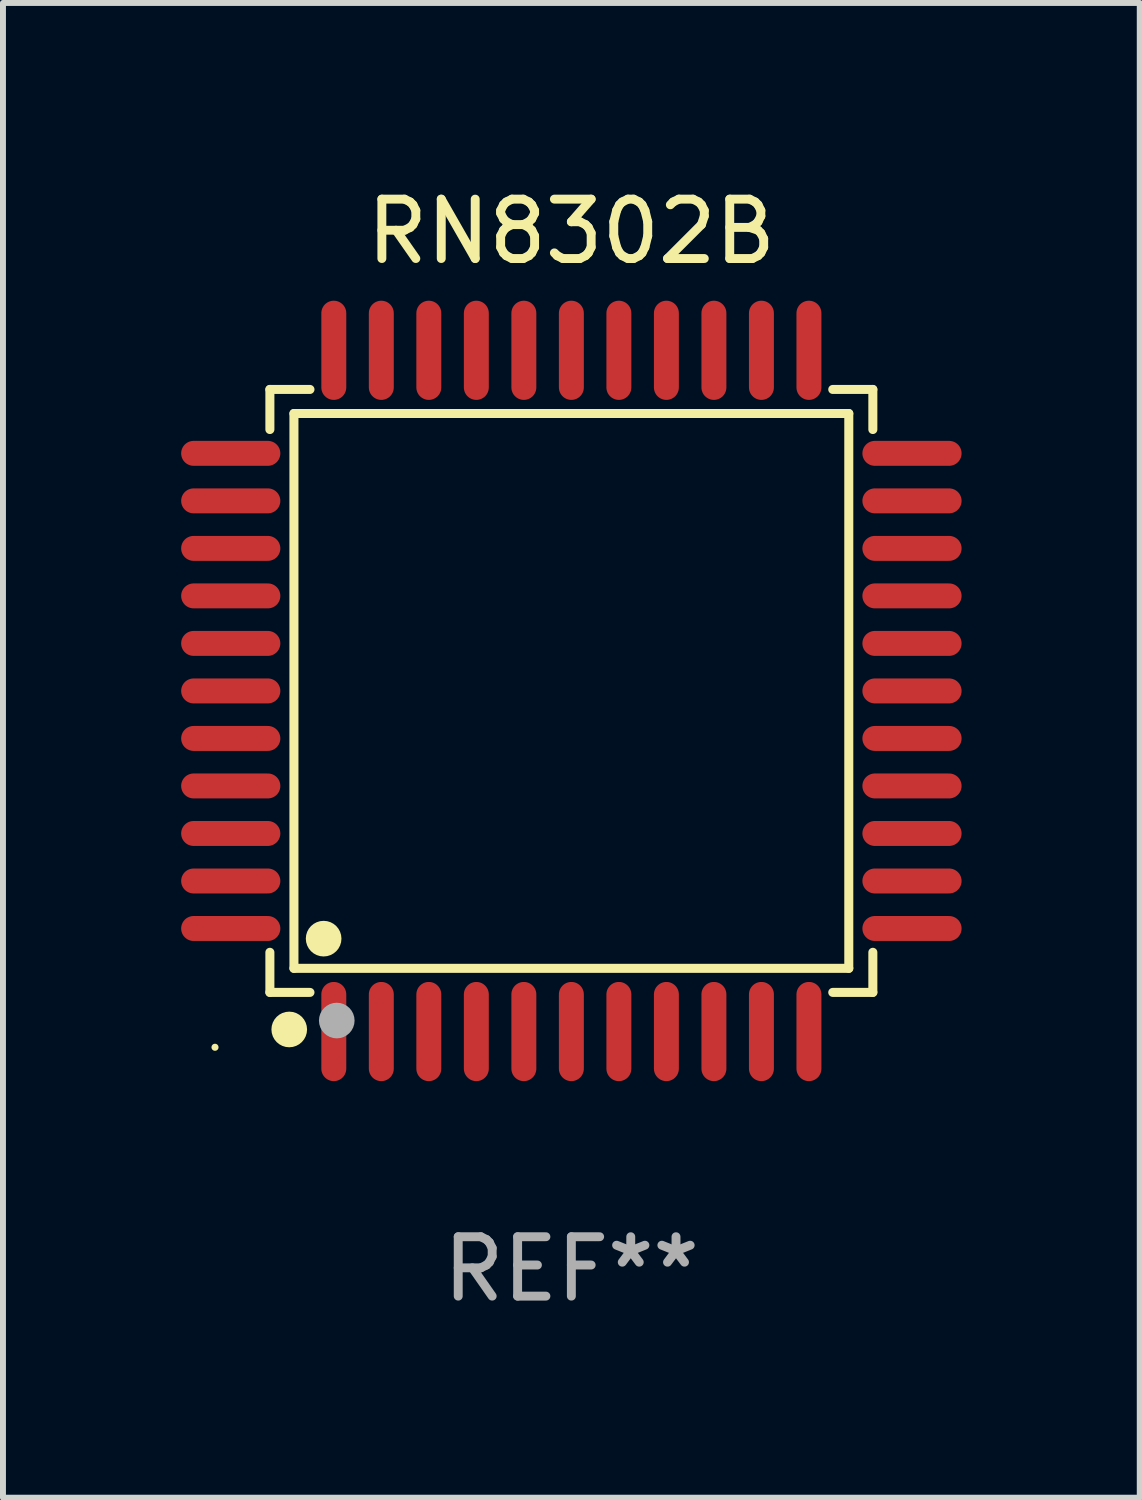
<source format=kicad_pcb>
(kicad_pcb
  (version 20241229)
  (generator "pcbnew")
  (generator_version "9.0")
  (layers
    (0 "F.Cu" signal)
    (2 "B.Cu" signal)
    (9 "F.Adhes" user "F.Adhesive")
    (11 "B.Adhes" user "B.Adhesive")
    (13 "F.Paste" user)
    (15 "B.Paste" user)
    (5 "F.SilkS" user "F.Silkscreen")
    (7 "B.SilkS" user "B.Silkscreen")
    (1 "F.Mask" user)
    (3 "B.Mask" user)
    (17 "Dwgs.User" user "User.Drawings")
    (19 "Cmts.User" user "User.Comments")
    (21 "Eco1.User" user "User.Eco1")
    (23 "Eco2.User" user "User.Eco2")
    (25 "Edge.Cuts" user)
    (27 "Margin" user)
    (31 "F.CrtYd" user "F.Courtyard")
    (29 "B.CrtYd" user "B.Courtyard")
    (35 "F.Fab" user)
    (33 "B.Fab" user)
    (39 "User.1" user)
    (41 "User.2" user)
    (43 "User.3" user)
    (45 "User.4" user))
  (footprint "RN8302B"
    (layer "F.Cu")
    (at 6.57 8.583)
    (property "Reference" "RN8302B" (at 0 -7.735 0) (layer "F.SilkS") (effects (font (size 1 1) (thickness 0.15))))
    (attr through_hole)
    (fp_line (start -5.076 -5.076) (end -4.401 -5.076) (stroke (width 0.152) (type solid)) (layer "F.SilkS"))
    (fp_line (start -5.076 -4.401) (end -5.076 -5.076) (stroke (width 0.152) (type solid)) (layer "F.SilkS"))
    (fp_line (start -5.076 4.401) (end -5.076 5.076) (stroke (width 0.152) (type solid)) (layer "F.SilkS"))
    (fp_line (start -5.076 5.076) (end -4.401 5.076) (stroke (width 0.152) (type solid)) (layer "F.SilkS"))
    (fp_line (start -4.671 -4.671) (end 4.671 -4.671) (stroke (width 0.152) (type solid)) (layer "F.SilkS"))
    (fp_line (start -4.671 4.671) (end -4.671 -4.671) (stroke (width 0.152) (type solid)) (layer "F.SilkS"))
    (fp_line (start 4.671 -4.671) (end 4.671 4.671) (stroke (width 0.152) (type solid)) (layer "F.SilkS"))
    (fp_line (start 4.671 4.671) (end -4.671 4.671) (stroke (width 0.152) (type solid)) (layer "F.SilkS"))
    (fp_line (start 5.076 -5.076) (end 4.401 -5.076) (stroke (width 0.152) (type solid)) (layer "F.SilkS"))
    (fp_line (start 5.076 -4.401) (end 5.076 -5.076) (stroke (width 0.152) (type solid)) (layer "F.SilkS"))
    (fp_line (start 5.076 4.401) (end 5.076 5.076) (stroke (width 0.152) (type solid)) (layer "F.SilkS"))
    (fp_line (start 5.076 5.076) (end 4.401 5.076) (stroke (width 0.152) (type solid)) (layer "F.SilkS"))
    (fp_circle (center -6 6) (end -5.97 6) (stroke (width 0.06) (type solid)) (fill no) (layer "F.SilkS"))
    (fp_circle (center -4.75 5.7) (end -4.6 5.7) (stroke (width 0.3) (type solid)) (fill no) (layer "F.SilkS"))
    (fp_circle (center -4.171 4.171) (end -4.021 4.171) (stroke (width 0.3) (type solid)) (fill no) (layer "F.SilkS"))
    (fp_circle (center -3.95 5.55) (end -3.8 5.55) (stroke (width 0.3) (type solid)) (fill no) (layer "F.Fab"))
    (fp_text user "REF**" (at 0 9.735 0) (layer "F.Fab") (effects (font (size 1 1) (thickness 0.15))))
    (pad "1" smd oval (at -4 5.735) (size 0.42 1.67) (layers "F.Cu" "F.Mask" "F.Paste"))
    (pad "2" smd oval (at -3.2 5.735) (size 0.42 1.67) (layers "F.Cu" "F.Mask" "F.Paste"))
    (pad "3" smd oval (at -2.4 5.735) (size 0.42 1.67) (layers "F.Cu" "F.Mask" "F.Paste"))
    (pad "4" smd oval (at -1.6 5.735) (size 0.42 1.67) (layers "F.Cu" "F.Mask" "F.Paste"))
    (pad "5" smd oval (at -0.8 5.735) (size 0.42 1.67) (layers "F.Cu" "F.Mask" "F.Paste"))
    (pad "6" smd oval (at 0 5.735) (size 0.42 1.67) (layers "F.Cu" "F.Mask" "F.Paste"))
    (pad "7" smd oval (at 0.8 5.735) (size 0.42 1.67) (layers "F.Cu" "F.Mask" "F.Paste"))
    (pad "8" smd oval (at 1.6 5.735) (size 0.42 1.67) (layers "F.Cu" "F.Mask" "F.Paste"))
    (pad "9" smd oval (at 2.4 5.735) (size 0.42 1.67) (layers "F.Cu" "F.Mask" "F.Paste"))
    (pad "10" smd oval (at 3.2 5.735) (size 0.42 1.67) (layers "F.Cu" "F.Mask" "F.Paste"))
    (pad "11" smd oval (at 4 5.735) (size 0.42 1.67) (layers "F.Cu" "F.Mask" "F.Paste"))
    (pad "12" smd oval (at 5.735 4) (size 1.67 0.42) (layers "F.Cu" "F.Mask" "F.Paste"))
    (pad "13" smd oval (at 5.735 3.2) (size 1.67 0.42) (layers "F.Cu" "F.Mask" "F.Paste"))
    (pad "14" smd oval (at 5.735 2.4) (size 1.67 0.42) (layers "F.Cu" "F.Mask" "F.Paste"))
    (pad "15" smd oval (at 5.735 1.6) (size 1.67 0.42) (layers "F.Cu" "F.Mask" "F.Paste"))
    (pad "16" smd oval (at 5.735 0.8) (size 1.67 0.42) (layers "F.Cu" "F.Mask" "F.Paste"))
    (pad "17" smd oval (at 5.735 0) (size 1.67 0.42) (layers "F.Cu" "F.Mask" "F.Paste"))
    (pad "18" smd oval (at 5.735 -0.8) (size 1.67 0.42) (layers "F.Cu" "F.Mask" "F.Paste"))
    (pad "19" smd oval (at 5.735 -1.6) (size 1.67 0.42) (layers "F.Cu" "F.Mask" "F.Paste"))
    (pad "20" smd oval (at 5.735 -2.4) (size 1.67 0.42) (layers "F.Cu" "F.Mask" "F.Paste"))
    (pad "21" smd oval (at 5.735 -3.2) (size 1.67 0.42) (layers "F.Cu" "F.Mask" "F.Paste"))
    (pad "22" smd oval (at 5.735 -4) (size 1.67 0.42) (layers "F.Cu" "F.Mask" "F.Paste"))
    (pad "23" smd oval (at 4 -5.735) (size 0.42 1.67) (layers "F.Cu" "F.Mask" "F.Paste"))
    (pad "24" smd oval (at 3.2 -5.735) (size 0.42 1.67) (layers "F.Cu" "F.Mask" "F.Paste"))
    (pad "25" smd oval (at 2.4 -5.735) (size 0.42 1.67) (layers "F.Cu" "F.Mask" "F.Paste"))
    (pad "26" smd oval (at 1.6 -5.735) (size 0.42 1.67) (layers "F.Cu" "F.Mask" "F.Paste"))
    (pad "27" smd oval (at 0.8 -5.735) (size 0.42 1.67) (layers "F.Cu" "F.Mask" "F.Paste"))
    (pad "28" smd oval (at 0 -5.735) (size 0.42 1.67) (layers "F.Cu" "F.Mask" "F.Paste"))
    (pad "29" smd oval (at -0.8 -5.735) (size 0.42 1.67) (layers "F.Cu" "F.Mask" "F.Paste"))
    (pad "30" smd oval (at -1.6 -5.735) (size 0.42 1.67) (layers "F.Cu" "F.Mask" "F.Paste"))
    (pad "31" smd oval (at -2.4 -5.735) (size 0.42 1.67) (layers "F.Cu" "F.Mask" "F.Paste"))
    (pad "32" smd oval (at -3.2 -5.735) (size 0.42 1.67) (layers "F.Cu" "F.Mask" "F.Paste"))
    (pad "33" smd oval (at -4 -5.735) (size 0.42 1.67) (layers "F.Cu" "F.Mask" "F.Paste"))
    (pad "34" smd oval (at -5.735 -4) (size 1.67 0.42) (layers "F.Cu" "F.Mask" "F.Paste"))
    (pad "35" smd oval (at -5.735 -3.2) (size 1.67 0.42) (layers "F.Cu" "F.Mask" "F.Paste"))
    (pad "36" smd oval (at -5.735 -2.4) (size 1.67 0.42) (layers "F.Cu" "F.Mask" "F.Paste"))
    (pad "37" smd oval (at -5.735 -1.6) (size 1.67 0.42) (layers "F.Cu" "F.Mask" "F.Paste"))
    (pad "38" smd oval (at -5.735 -0.8) (size 1.67 0.42) (layers "F.Cu" "F.Mask" "F.Paste"))
    (pad "39" smd oval (at -5.735 0) (size 1.67 0.42) (layers "F.Cu" "F.Mask" "F.Paste"))
    (pad "40" smd oval (at -5.735 0.8) (size 1.67 0.42) (layers "F.Cu" "F.Mask" "F.Paste"))
    (pad "41" smd oval (at -5.735 1.6) (size 1.67 0.42) (layers "F.Cu" "F.Mask" "F.Paste"))
    (pad "42" smd oval (at -5.735 2.4) (size 1.67 0.42) (layers "F.Cu" "F.Mask" "F.Paste"))
    (pad "43" smd oval (at -5.735 3.2) (size 1.67 0.42) (layers "F.Cu" "F.Mask" "F.Paste"))
    (pad "44" smd oval (at -5.735 4) (size 1.67 0.42) (layers "F.Cu" "F.Mask" "F.Paste")))
  (gr_rect
    (start -3 -3)
    (end 16.14 22.167)
    (stroke (width 0.1) (type default))
    (fill no)
    (layer "Edge.Cuts")))
</source>
